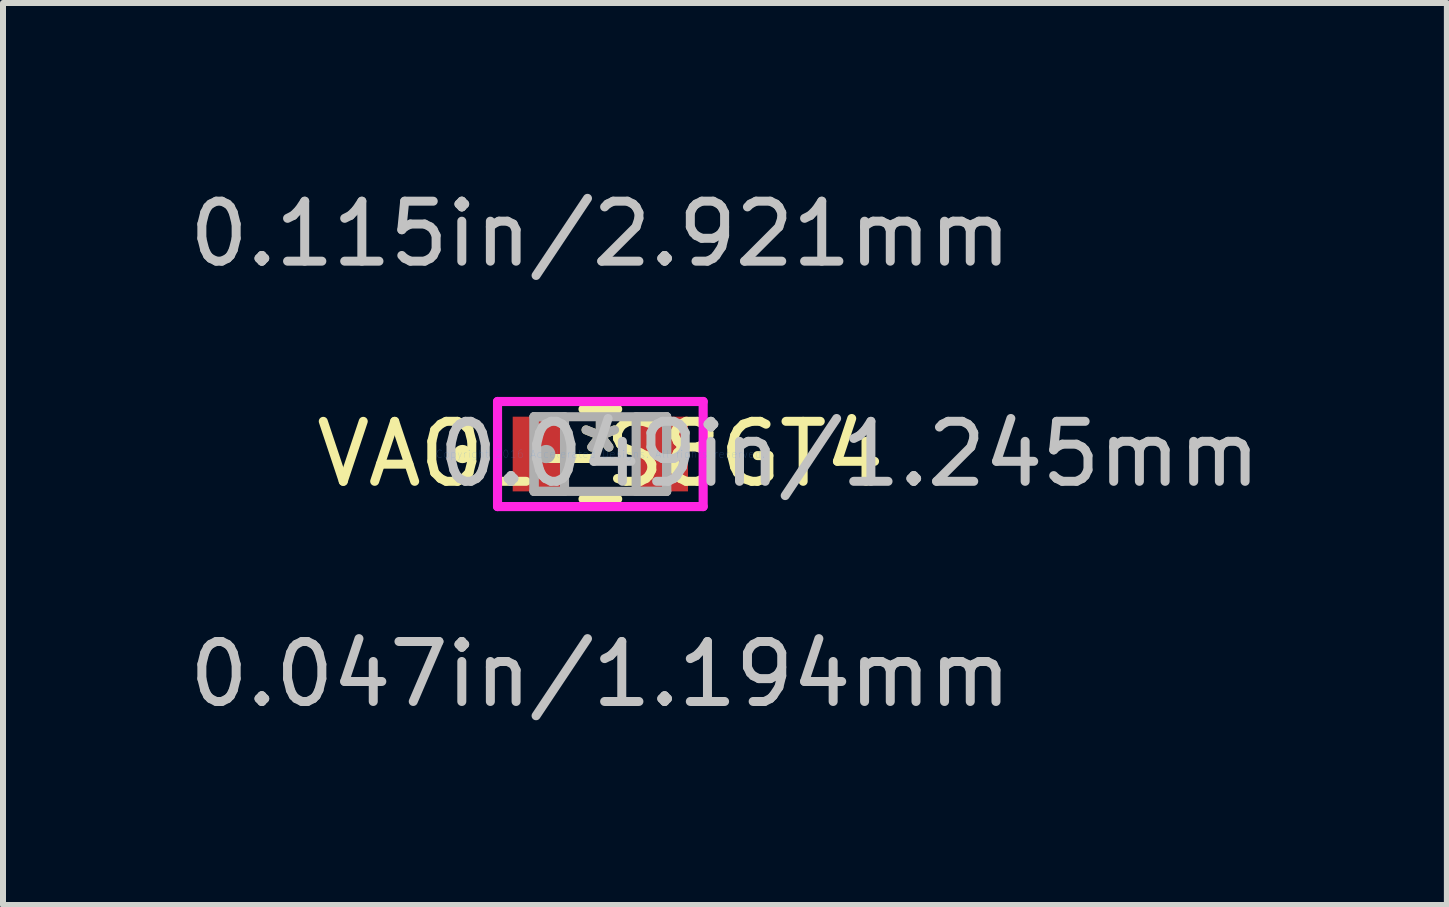
<source format=kicad_pcb>
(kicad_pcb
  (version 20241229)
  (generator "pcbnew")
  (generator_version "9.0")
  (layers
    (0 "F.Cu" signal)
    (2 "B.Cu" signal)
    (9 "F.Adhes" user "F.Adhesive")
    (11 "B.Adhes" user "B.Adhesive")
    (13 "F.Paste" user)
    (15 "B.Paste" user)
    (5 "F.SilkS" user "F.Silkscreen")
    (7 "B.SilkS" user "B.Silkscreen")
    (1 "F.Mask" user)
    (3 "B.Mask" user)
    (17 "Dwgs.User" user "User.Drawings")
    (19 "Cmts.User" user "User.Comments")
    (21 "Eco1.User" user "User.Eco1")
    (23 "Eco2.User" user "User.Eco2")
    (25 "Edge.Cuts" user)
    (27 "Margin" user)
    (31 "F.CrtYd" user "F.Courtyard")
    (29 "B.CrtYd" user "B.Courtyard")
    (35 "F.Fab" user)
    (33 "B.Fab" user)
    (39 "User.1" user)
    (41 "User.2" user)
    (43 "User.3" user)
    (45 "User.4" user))
  (footprint "VAOL-S8GT4"
    (layer "F.Cu")
    (at 6.958 4.519)
    (property "Reference" "VAOL-S8GT4" (at 0 0 0) (layer "F.SilkS") (effects (font (size 1 1) (thickness 0.15))))
    (attr through_hole)
    (fp_line (start -0.289 0.749) (end 0.289 0.749) (stroke (width 0.152) (type solid)) (layer "F.SilkS"))
    (fp_line (start 0.289 -0.749) (end -0.289 -0.749) (stroke (width 0.152) (type solid)) (layer "F.SilkS"))
    (fp_circle (center -2.299 0) (end -2.223 0) (stroke (width 0.152) (type solid)) (fill no) (layer "F.SilkS"))
    (fp_line (start -1.714 -0.876) (end 1.714 -0.876) (stroke (width 0.152) (type solid)) (layer "F.CrtYd"))
    (fp_line (start -1.714 0.876) (end -1.714 -0.876) (stroke (width 0.152) (type solid)) (layer "F.CrtYd"))
    (fp_line (start 1.714 -0.876) (end 1.714 0.876) (stroke (width 0.152) (type solid)) (layer "F.CrtYd"))
    (fp_line (start 1.714 0.876) (end -1.714 0.876) (stroke (width 0.152) (type solid)) (layer "F.CrtYd"))
    (fp_line (start -1.105 -0.622) (end -1.105 0.622) (stroke (width 0.152) (type solid)) (layer "F.Fab"))
    (fp_line (start -1.105 -0.622) (end -1.105 0.622) (stroke (width 0.152) (type solid)) (layer "F.Fab"))
    (fp_line (start -1.105 0.622) (end -0.597 0.622) (stroke (width 0.152) (type solid)) (layer "F.Fab"))
    (fp_line (start -1.105 0.622) (end 1.105 0.622) (stroke (width 0.152) (type solid)) (layer "F.Fab"))
    (fp_line (start -0.597 -0.622) (end -1.105 -0.622) (stroke (width 0.152) (type solid)) (layer "F.Fab"))
    (fp_line (start -0.597 0.622) (end -0.597 -0.622) (stroke (width 0.152) (type solid)) (layer "F.Fab"))
    (fp_line (start 0.597 -0.622) (end 0.597 0.622) (stroke (width 0.152) (type solid)) (layer "F.Fab"))
    (fp_line (start 0.597 0.622) (end 1.105 0.622) (stroke (width 0.152) (type solid)) (layer "F.Fab"))
    (fp_line (start 1.105 -0.622) (end -1.105 -0.622) (stroke (width 0.152) (type solid)) (layer "F.Fab"))
    (fp_line (start 1.105 -0.622) (end 0.597 -0.622) (stroke (width 0.152) (type solid)) (layer "F.Fab"))
    (fp_line (start 1.105 0.622) (end 1.105 -0.622) (stroke (width 0.152) (type solid)) (layer "F.Fab"))
    (fp_line (start 1.105 0.622) (end 1.105 -0.622) (stroke (width 0.152) (type solid)) (layer "F.Fab"))
    (fp_circle (center -0.902 0) (end -0.826 0) (stroke (width 0.152) (type solid)) (fill no) (layer "F.Fab"))
    (fp_text user "*" (at 0 0 0) (layer "F.SilkS") (effects (font (size 1 1) (thickness 0.15))))
    (fp_text user "0.049in/1.245mm" (at 4.153 0 0) (layer "Dwgs.User") (effects (font (size 1 1) (thickness 0.15))))
    (fp_text user "0.047in/1.194mm" (at 0 3.67 0) (layer "Dwgs.User") (effects (font (size 1 1) (thickness 0.15))))
    (fp_text user "0.115in/2.921mm" (at 0 -3.67 0) (layer "Dwgs.User") (effects (font (size 1 1) (thickness 0.15))))
    (fp_text user "Copyright 2016 Accelerated Designs. All rights reserved." (at 0 0 0) (layer "Cmts.User") (effects (font (size 0.127 0.127) (thickness 0.002))))
    (fp_text user "*" (at 0 0 0) (layer "F.Fab") (effects (font (size 1 1) (thickness 0.15))))
    (pad "1" smd rect (at -1.029 0) (size 0.864 1.245) (layers "F.Cu" "F.Mask" "F.Paste"))
    (pad "2" smd rect (at 1.029 0) (size 0.864 1.245) (layers "F.Cu" "F.Mask" "F.Paste")))
  (gr_rect
    (start -3 -3)
    (end 21.07 12.037)
    (stroke (width 0.1) (type default))
    (fill no)
    (layer "Edge.Cuts")))
</source>
